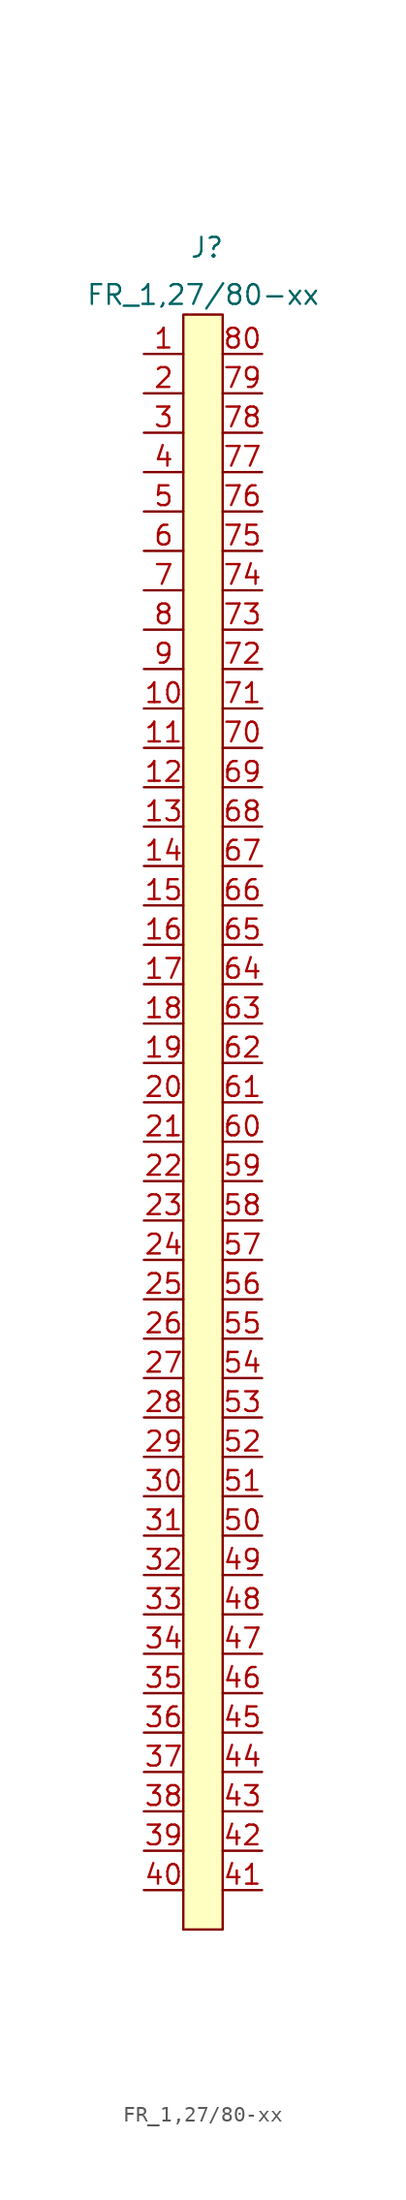
<source format=kicad_sym>
(kicad_symbol_lib
  (version 20231120)
  (generator "kicad_symbol_editor")
  (generator_version "8.0")
  (symbol "FR_1,27/80-xx"
    (property "Reference" "J"
      (at 1.524 4.318 0)
      (effects (font (size 1.27 1.27))))
    (property "Value" "FR_1,27/80-xx"
      (at 1.27 1.27 0)
      (effects (font (size 1.27 1.27))))
    (symbol "FR_1,27/80-xx_1_1"
      (rectangle (start 0 0) (end 2.54 -104.14) (stroke (width 0) (type default)) (fill (type background)))
      (pin passive line (at -2.54 -2.54 0) (length 2.54) (name "" (effects (font (size 1.27 1.27)))) (number "1" (effects (font (size 1.27 1.27)))))
      (pin passive line (at -2.54 -25.4 0) (length 2.54) (name "" (effects (font (size 1.27 1.27)))) (number "10" (effects (font (size 1.27 1.27)))))
      (pin passive line (at -2.54 -27.94 0) (length 2.54) (name "" (effects (font (size 1.27 1.27)))) (number "11" (effects (font (size 1.27 1.27)))))
      (pin passive line (at -2.54 -30.48 0) (length 2.54) (name "" (effects (font (size 1.27 1.27)))) (number "12" (effects (font (size 1.27 1.27)))))
      (pin passive line (at -2.54 -33.02 0) (length 2.54) (name "" (effects (font (size 1.27 1.27)))) (number "13" (effects (font (size 1.27 1.27)))))
      (pin passive line (at -2.54 -35.56 0) (length 2.54) (name "" (effects (font (size 1.27 1.27)))) (number "14" (effects (font (size 1.27 1.27)))))
      (pin passive line (at -2.54 -38.1 0) (length 2.54) (name "" (effects (font (size 1.27 1.27)))) (number "15" (effects (font (size 1.27 1.27)))))
      (pin passive line (at -2.54 -40.64 0) (length 2.54) (name "" (effects (font (size 1.27 1.27)))) (number "16" (effects (font (size 1.27 1.27)))))
      (pin passive line (at -2.54 -43.18 0) (length 2.54) (name "" (effects (font (size 1.27 1.27)))) (number "17" (effects (font (size 1.27 1.27)))))
      (pin passive line (at -2.54 -45.72 0) (length 2.54) (name "" (effects (font (size 1.27 1.27)))) (number "18" (effects (font (size 1.27 1.27)))))
      (pin passive line (at -2.54 -48.26 0) (length 2.54) (name "" (effects (font (size 1.27 1.27)))) (number "19" (effects (font (size 1.27 1.27)))))
      (pin passive line (at -2.54 -5.08 0) (length 2.54) (name "" (effects (font (size 1.27 1.27)))) (number "2" (effects (font (size 1.27 1.27)))))
      (pin passive line (at -2.54 -50.8 0) (length 2.54) (name "" (effects (font (size 1.27 1.27)))) (number "20" (effects (font (size 1.27 1.27)))))
      (pin passive line (at -2.54 -53.34 0) (length 2.54) (name "" (effects (font (size 1.27 1.27)))) (number "21" (effects (font (size 1.27 1.27)))))
      (pin passive line (at -2.54 -55.88 0) (length 2.54) (name "" (effects (font (size 1.27 1.27)))) (number "22" (effects (font (size 1.27 1.27)))))
      (pin passive line (at -2.54 -58.42 0) (length 2.54) (name "" (effects (font (size 1.27 1.27)))) (number "23" (effects (font (size 1.27 1.27)))))
      (pin passive line (at -2.54 -60.96 0) (length 2.54) (name "" (effects (font (size 1.27 1.27)))) (number "24" (effects (font (size 1.27 1.27)))))
      (pin passive line (at -2.54 -63.5 0) (length 2.54) (name "" (effects (font (size 1.27 1.27)))) (number "25" (effects (font (size 1.27 1.27)))))
      (pin passive line (at -2.54 -66.04 0) (length 2.54) (name "" (effects (font (size 1.27 1.27)))) (number "26" (effects (font (size 1.27 1.27)))))
      (pin passive line (at -2.54 -68.58 0) (length 2.54) (name "" (effects (font (size 1.27 1.27)))) (number "27" (effects (font (size 1.27 1.27)))))
      (pin passive line (at -2.54 -71.12 0) (length 2.54) (name "" (effects (font (size 1.27 1.27)))) (number "28" (effects (font (size 1.27 1.27)))))
      (pin passive line (at -2.54 -73.66 0) (length 2.54) (name "" (effects (font (size 1.27 1.27)))) (number "29" (effects (font (size 1.27 1.27)))))
      (pin passive line (at -2.54 -7.62 0) (length 2.54) (name "" (effects (font (size 1.27 1.27)))) (number "3" (effects (font (size 1.27 1.27)))))
      (pin passive line (at -2.54 -76.2 0) (length 2.54) (name "" (effects (font (size 1.27 1.27)))) (number "30" (effects (font (size 1.27 1.27)))))
      (pin passive line (at -2.54 -78.74 0) (length 2.54) (name "" (effects (font (size 1.27 1.27)))) (number "31" (effects (font (size 1.27 1.27)))))
      (pin passive line (at -2.54 -81.28 0) (length 2.54) (name "" (effects (font (size 1.27 1.27)))) (number "32" (effects (font (size 1.27 1.27)))))
      (pin passive line (at -2.54 -83.82 0) (length 2.54) (name "" (effects (font (size 1.27 1.27)))) (number "33" (effects (font (size 1.27 1.27)))))
      (pin passive line (at -2.54 -86.36 0) (length 2.54) (name "" (effects (font (size 1.27 1.27)))) (number "34" (effects (font (size 1.27 1.27)))))
      (pin passive line (at -2.54 -88.9 0) (length 2.54) (name "" (effects (font (size 1.27 1.27)))) (number "35" (effects (font (size 1.27 1.27)))))
      (pin passive line (at -2.54 -91.44 0) (length 2.54) (name "" (effects (font (size 1.27 1.27)))) (number "36" (effects (font (size 1.27 1.27)))))
      (pin passive line (at -2.54 -93.98 0) (length 2.54) (name "" (effects (font (size 1.27 1.27)))) (number "37" (effects (font (size 1.27 1.27)))))
      (pin passive line (at -2.54 -96.52 0) (length 2.54) (name "" (effects (font (size 1.27 1.27)))) (number "38" (effects (font (size 1.27 1.27)))))
      (pin passive line (at -2.54 -99.06 0) (length 2.54) (name "" (effects (font (size 1.27 1.27)))) (number "39" (effects (font (size 1.27 1.27)))))
      (pin passive line (at -2.54 -10.16 0) (length 2.54) (name "" (effects (font (size 1.27 1.27)))) (number "4" (effects (font (size 1.27 1.27)))))
      (pin passive line (at -2.54 -101.6 0) (length 2.54) (name "" (effects (font (size 1.27 1.27)))) (number "40" (effects (font (size 1.27 1.27)))))
      (pin passive line (at 5.08 -101.6 180) (length 2.54) (name "" (effects (font (size 1.27 1.27)))) (number "41" (effects (font (size 1.27 1.27)))))
      (pin passive line (at 5.08 -99.06 180) (length 2.54) (name "" (effects (font (size 1.27 1.27)))) (number "42" (effects (font (size 1.27 1.27)))))
      (pin passive line (at 5.08 -96.52 180) (length 2.54) (name "" (effects (font (size 1.27 1.27)))) (number "43" (effects (font (size 1.27 1.27)))))
      (pin passive line (at 5.08 -93.98 180) (length 2.54) (name "" (effects (font (size 1.27 1.27)))) (number "44" (effects (font (size 1.27 1.27)))))
      (pin passive line (at 5.08 -91.44 180) (length 2.54) (name "" (effects (font (size 1.27 1.27)))) (number "45" (effects (font (size 1.27 1.27)))))
      (pin passive line (at 5.08 -88.9 180) (length 2.54) (name "" (effects (font (size 1.27 1.27)))) (number "46" (effects (font (size 1.27 1.27)))))
      (pin passive line (at 5.08 -86.36 180) (length 2.54) (name "" (effects (font (size 1.27 1.27)))) (number "47" (effects (font (size 1.27 1.27)))))
      (pin passive line (at 5.08 -83.82 180) (length 2.54) (name "" (effects (font (size 1.27 1.27)))) (number "48" (effects (font (size 1.27 1.27)))))
      (pin passive line (at 5.08 -81.28 180) (length 2.54) (name "" (effects (font (size 1.27 1.27)))) (number "49" (effects (font (size 1.27 1.27)))))
      (pin passive line (at -2.54 -12.7 0) (length 2.54) (name "" (effects (font (size 1.27 1.27)))) (number "5" (effects (font (size 1.27 1.27)))))
      (pin passive line (at 5.08 -78.74 180) (length 2.54) (name "" (effects (font (size 1.27 1.27)))) (number "50" (effects (font (size 1.27 1.27)))))
      (pin passive line (at 5.08 -76.2 180) (length 2.54) (name "" (effects (font (size 1.27 1.27)))) (number "51" (effects (font (size 1.27 1.27)))))
      (pin passive line (at 5.08 -73.66 180) (length 2.54) (name "" (effects (font (size 1.27 1.27)))) (number "52" (effects (font (size 1.27 1.27)))))
      (pin passive line (at 5.08 -71.12 180) (length 2.54) (name "" (effects (font (size 1.27 1.27)))) (number "53" (effects (font (size 1.27 1.27)))))
      (pin passive line (at 5.08 -68.58 180) (length 2.54) (name "" (effects (font (size 1.27 1.27)))) (number "54" (effects (font (size 1.27 1.27)))))
      (pin passive line (at 5.08 -66.04 180) (length 2.54) (name "" (effects (font (size 1.27 1.27)))) (number "55" (effects (font (size 1.27 1.27)))))
      (pin passive line (at 5.08 -63.5 180) (length 2.54) (name "" (effects (font (size 1.27 1.27)))) (number "56" (effects (font (size 1.27 1.27)))))
      (pin passive line (at 5.08 -60.96 180) (length 2.54) (name "" (effects (font (size 1.27 1.27)))) (number "57" (effects (font (size 1.27 1.27)))))
      (pin passive line (at 5.08 -58.42 180) (length 2.54) (name "" (effects (font (size 1.27 1.27)))) (number "58" (effects (font (size 1.27 1.27)))))
      (pin passive line (at 5.08 -55.88 180) (length 2.54) (name "" (effects (font (size 1.27 1.27)))) (number "59" (effects (font (size 1.27 1.27)))))
      (pin passive line (at -2.54 -15.24 0) (length 2.54) (name "" (effects (font (size 1.27 1.27)))) (number "6" (effects (font (size 1.27 1.27)))))
      (pin passive line (at 5.08 -53.34 180) (length 2.54) (name "" (effects (font (size 1.27 1.27)))) (number "60" (effects (font (size 1.27 1.27)))))
      (pin passive line (at 5.08 -50.8 180) (length 2.54) (name "" (effects (font (size 1.27 1.27)))) (number "61" (effects (font (size 1.27 1.27)))))
      (pin passive line (at 5.08 -48.26 180) (length 2.54) (name "" (effects (font (size 1.27 1.27)))) (number "62" (effects (font (size 1.27 1.27)))))
      (pin passive line (at 5.08 -45.72 180) (length 2.54) (name "" (effects (font (size 1.27 1.27)))) (number "63" (effects (font (size 1.27 1.27)))))
      (pin passive line (at 5.08 -43.18 180) (length 2.54) (name "" (effects (font (size 1.27 1.27)))) (number "64" (effects (font (size 1.27 1.27)))))
      (pin passive line (at 5.08 -40.64 180) (length 2.54) (name "" (effects (font (size 1.27 1.27)))) (number "65" (effects (font (size 1.27 1.27)))))
      (pin passive line (at 5.08 -38.1 180) (length 2.54) (name "" (effects (font (size 1.27 1.27)))) (number "66" (effects (font (size 1.27 1.27)))))
      (pin passive line (at 5.08 -35.56 180) (length 2.54) (name "" (effects (font (size 1.27 1.27)))) (number "67" (effects (font (size 1.27 1.27)))))
      (pin passive line (at 5.08 -33.02 180) (length 2.54) (name "" (effects (font (size 1.27 1.27)))) (number "68" (effects (font (size 1.27 1.27)))))
      (pin passive line (at 5.08 -30.48 180) (length 2.54) (name "" (effects (font (size 1.27 1.27)))) (number "69" (effects (font (size 1.27 1.27)))))
      (pin passive line (at -2.54 -17.78 0) (length 2.54) (name "" (effects (font (size 1.27 1.27)))) (number "7" (effects (font (size 1.27 1.27)))))
      (pin passive line (at 5.08 -27.94 180) (length 2.54) (name "" (effects (font (size 1.27 1.27)))) (number "70" (effects (font (size 1.27 1.27)))))
      (pin passive line (at 5.08 -25.4 180) (length 2.54) (name "" (effects (font (size 1.27 1.27)))) (number "71" (effects (font (size 1.27 1.27)))))
      (pin passive line (at 5.08 -22.86 180) (length 2.54) (name "" (effects (font (size 1.27 1.27)))) (number "72" (effects (font (size 1.27 1.27)))))
      (pin passive line (at 5.08 -20.32 180) (length 2.54) (name "" (effects (font (size 1.27 1.27)))) (number "73" (effects (font (size 1.27 1.27)))))
      (pin passive line (at 5.08 -17.78 180) (length 2.54) (name "" (effects (font (size 1.27 1.27)))) (number "74" (effects (font (size 1.27 1.27)))))
      (pin passive line (at 5.08 -15.24 180) (length 2.54) (name "" (effects (font (size 1.27 1.27)))) (number "75" (effects (font (size 1.27 1.27)))))
      (pin passive line (at 5.08 -12.7 180) (length 2.54) (name "" (effects (font (size 1.27 1.27)))) (number "76" (effects (font (size 1.27 1.27)))))
      (pin passive line (at 5.08 -10.16 180) (length 2.54) (name "" (effects (font (size 1.27 1.27)))) (number "77" (effects (font (size 1.27 1.27)))))
      (pin passive line (at 5.08 -7.62 180) (length 2.54) (name "" (effects (font (size 1.27 1.27)))) (number "78" (effects (font (size 1.27 1.27)))))
      (pin passive line (at 5.08 -5.08 180) (length 2.54) (name "" (effects (font (size 1.27 1.27)))) (number "79" (effects (font (size 1.27 1.27)))))
      (pin passive line (at -2.54 -20.32 0) (length 2.54) (name "" (effects (font (size 1.27 1.27)))) (number "8" (effects (font (size 1.27 1.27)))))
      (pin passive line (at 5.08 -2.54 180) (length 2.54) (name "" (effects (font (size 1.27 1.27)))) (number "80" (effects (font (size 1.27 1.27)))))
      (pin passive line (at -2.54 -22.86 0) (length 2.54) (name "" (effects (font (size 1.27 1.27)))) (number "9" (effects (font (size 1.27 1.27))))))))
</source>
